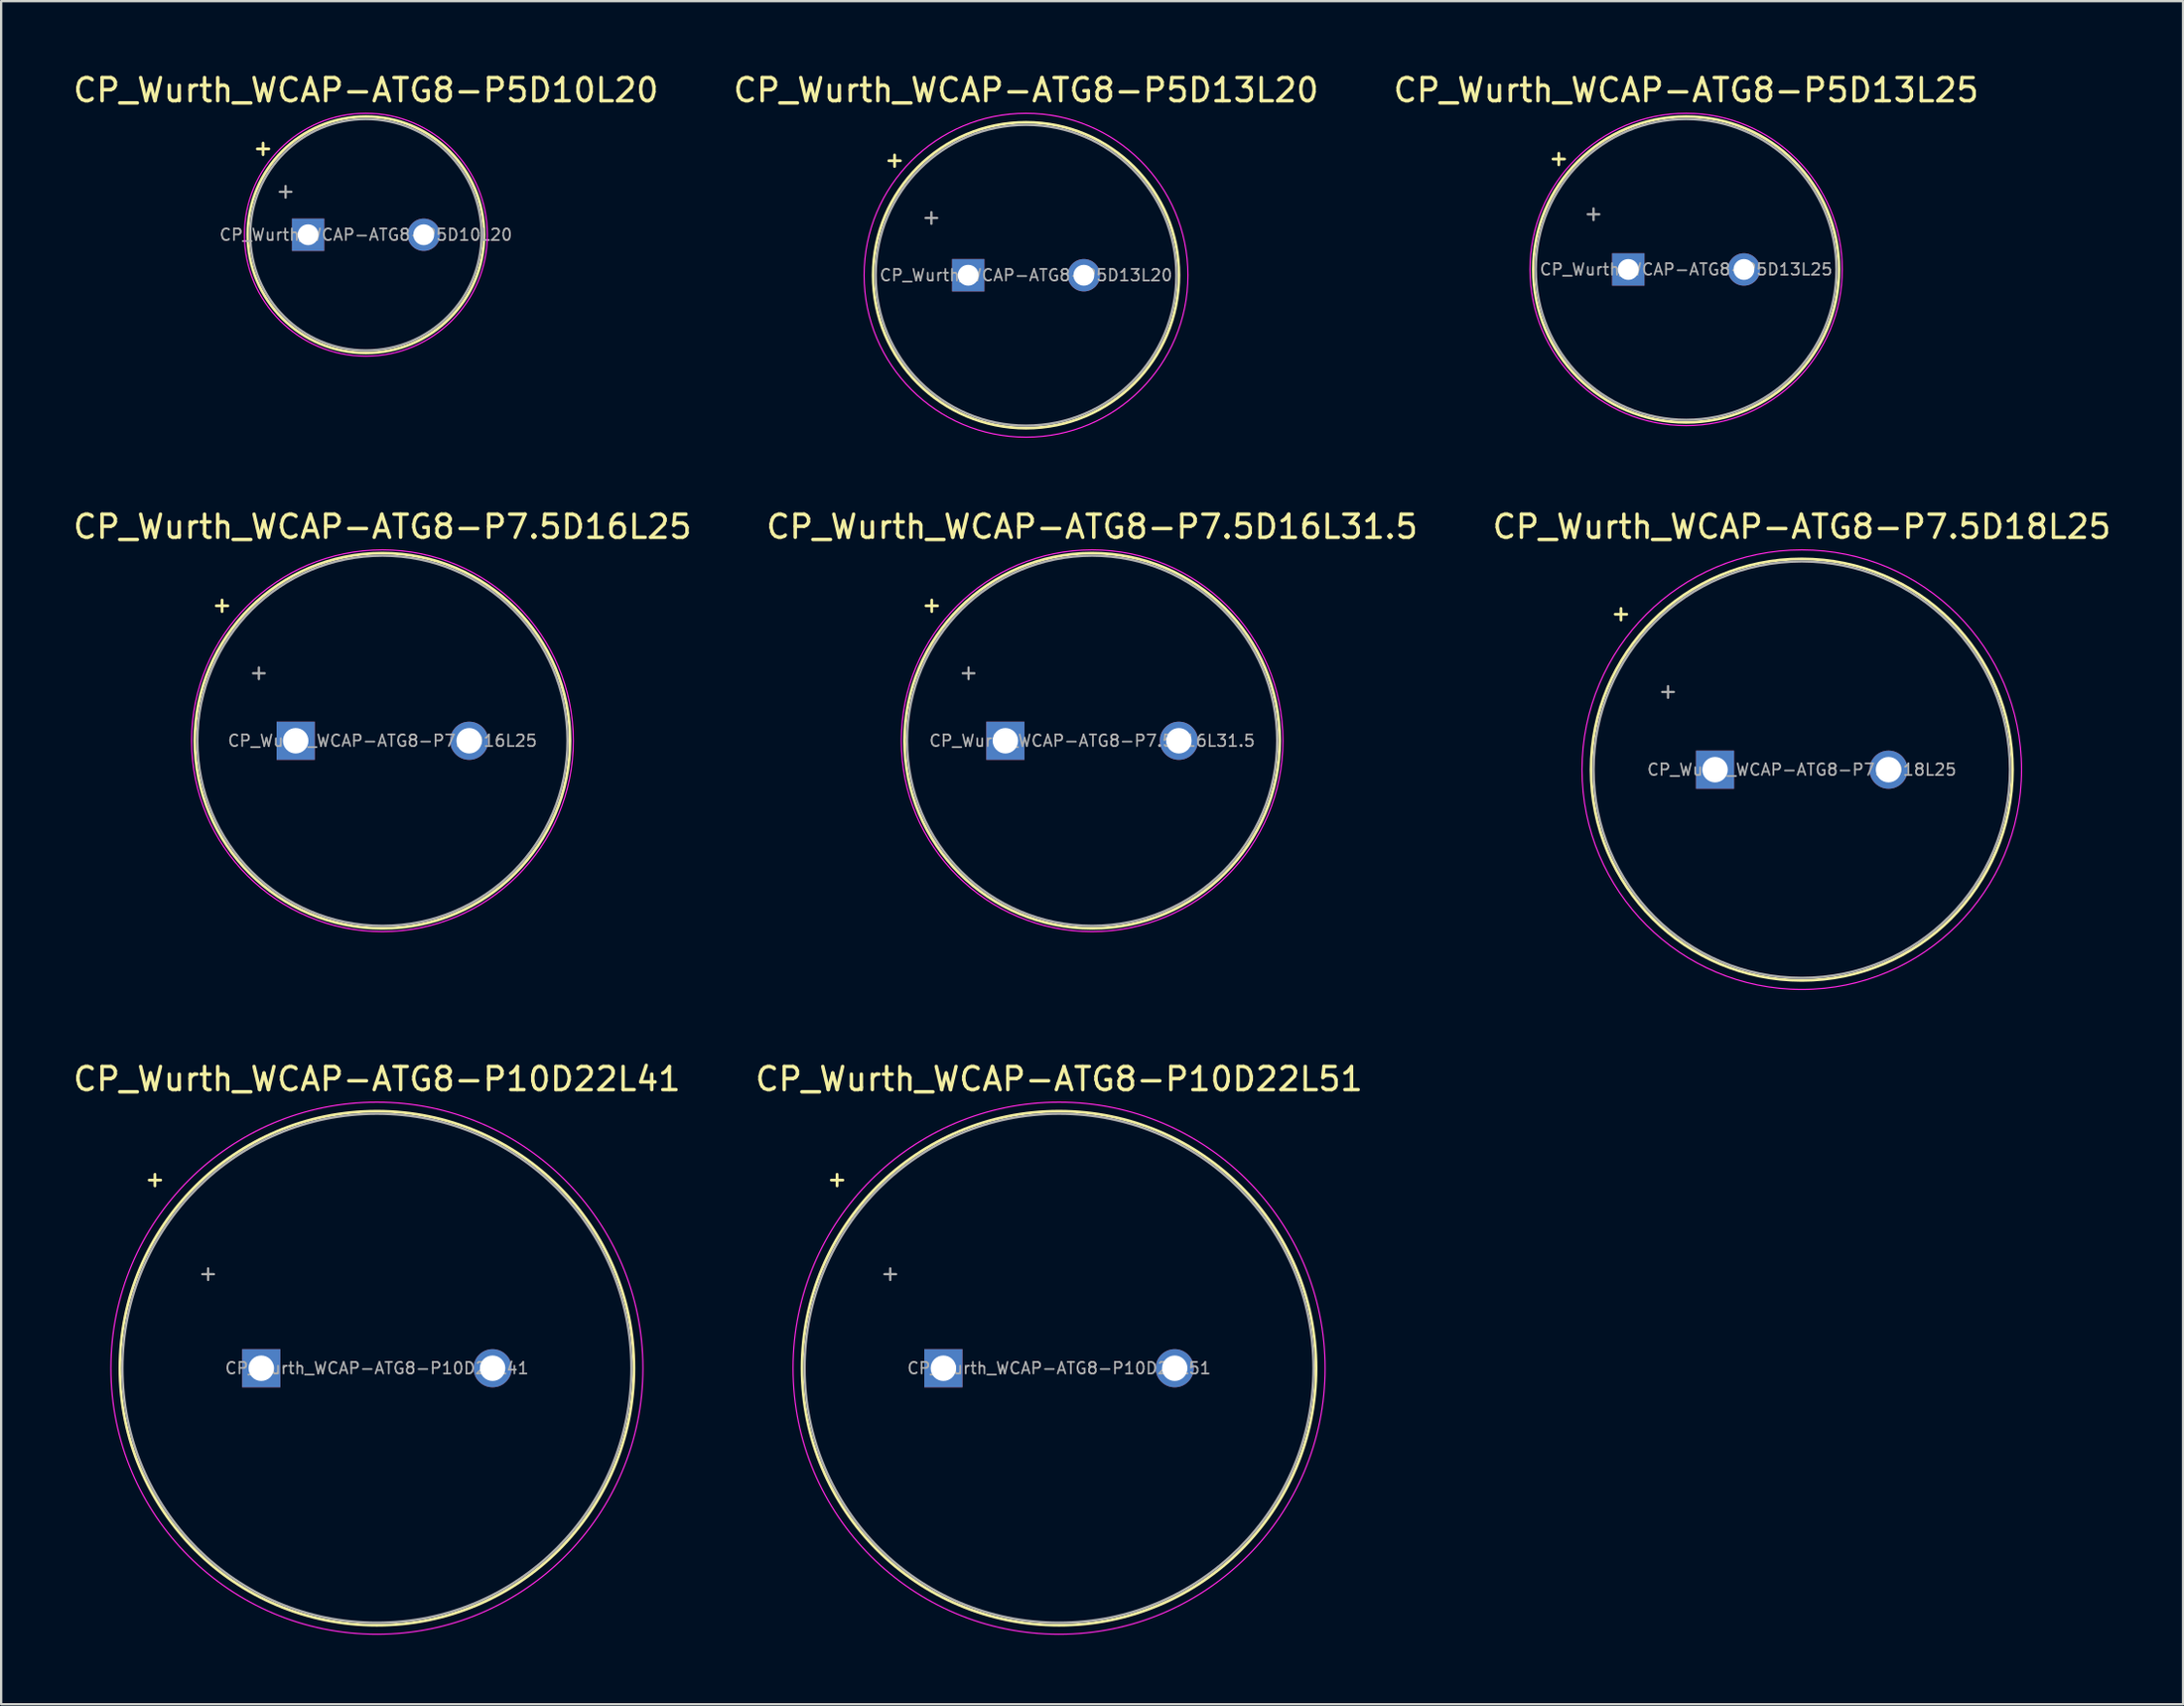
<source format=kicad_pcb>
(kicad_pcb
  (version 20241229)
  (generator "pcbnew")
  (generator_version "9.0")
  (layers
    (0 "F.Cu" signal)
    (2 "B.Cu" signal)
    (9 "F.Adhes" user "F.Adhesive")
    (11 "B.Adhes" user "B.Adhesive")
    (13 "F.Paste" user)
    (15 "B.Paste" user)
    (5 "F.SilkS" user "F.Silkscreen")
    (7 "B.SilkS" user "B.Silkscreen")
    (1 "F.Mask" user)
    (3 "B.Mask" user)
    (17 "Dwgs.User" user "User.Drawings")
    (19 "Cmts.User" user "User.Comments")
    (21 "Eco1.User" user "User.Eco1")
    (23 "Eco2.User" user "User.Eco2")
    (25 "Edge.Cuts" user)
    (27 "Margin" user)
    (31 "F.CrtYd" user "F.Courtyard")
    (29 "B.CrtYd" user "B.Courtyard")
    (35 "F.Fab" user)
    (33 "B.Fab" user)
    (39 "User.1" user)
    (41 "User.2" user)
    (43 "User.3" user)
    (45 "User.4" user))
  (footprint "CP_Wurth_WCAP-ATG8-P7.5D16L25"
    (layer "F.Cu")
    (at 9.732 28.971)
    (property "Reference" "CP_Wurth_WCAP-ATG8-P7.5D16L25" (at 3.75 -9.25 0) (unlocked yes) (layer "F.SilkS") (effects (font (size 1 1) (thickness 0.15))))
    (attr through_hole)
    (fp_line (start -3.432 -5.834) (end -2.932 -5.834) (stroke (width 0.12) (type solid)) (layer "F.SilkS"))
    (fp_line (start -3.182 -5.584) (end -3.182 -6.084) (stroke (width 0.12) (type solid)) (layer "F.SilkS"))
    (fp_circle (center 3.75 0) (end 11.86 0) (stroke (width 0.12) (type solid)) (fill no) (layer "F.SilkS"))
    (fp_circle (center 3.75 0) (end 12 0) (stroke (width 0.05) (type solid)) (fill no) (layer "F.CrtYd"))
    (fp_line (start -1.841 -2.917) (end -1.341 -2.917) (stroke (width 0.1) (type default)) (layer "F.Fab"))
    (fp_line (start -1.591 -2.667) (end -1.591 -3.167) (stroke (width 0.1) (type default)) (layer "F.Fab"))
    (fp_circle (center 3.75 0) (end 11.75 0) (stroke (width 0.1) (type solid)) (fill no) (layer "F.Fab"))
    (fp_text user "${REFERENCE}" (at 3.75 0 0) (unlocked yes) (layer "F.Fab") (effects (font (size 0.5 0.5) (thickness 0.075))))
    (pad "1" thru_hole rect (at 0 0) (size 1.65 1.65) (drill 1.1) (layers "*.Cu" "*.Mask"))
    (pad "2" thru_hole circle (at 7.5 0) (size 1.65 1.65) (drill 1.1) (layers "*.Cu" "*.Mask")))
  (footprint "CP_Wurth_WCAP-ATG8-P10D22L41"
    (layer "F.Cu")
    (at 8.244 56.095)
    (property "Reference" "CP_Wurth_WCAP-ATG8-P10D22L41" (at 5 -12.5 0) (unlocked yes) (layer "F.SilkS") (effects (font (size 1 1) (thickness 0.15))))
    (attr through_hole)
    (fp_line (start -4.846 -8.132) (end -4.346 -8.132) (stroke (width 0.12) (type solid)) (layer "F.SilkS"))
    (fp_line (start -4.596 -7.882) (end -4.596 -8.382) (stroke (width 0.12) (type solid)) (layer "F.SilkS"))
    (fp_circle (center 5 0) (end 16.11 0) (stroke (width 0.12) (type solid)) (fill no) (layer "F.SilkS"))
    (fp_circle (center 5 0) (end 16.5 0) (stroke (width 0.05) (type solid)) (fill no) (layer "F.CrtYd"))
    (fp_line (start -2.548 -4.066) (end -2.048 -4.066) (stroke (width 0.1) (type default)) (layer "F.Fab"))
    (fp_line (start -2.298 -3.816) (end -2.298 -4.316) (stroke (width 0.1) (type default)) (layer "F.Fab"))
    (fp_circle (center 5 0) (end 16 0) (stroke (width 0.1) (type solid)) (fill no) (layer "F.Fab"))
    (fp_text user "${REFERENCE}" (at 5 0 0) (unlocked yes) (layer "F.Fab") (effects (font (size 0.5 0.5) (thickness 0.075))))
    (pad "1" thru_hole rect (at 0 0) (size 1.65 1.65) (drill 1.1) (layers "*.Cu" "*.Mask"))
    (pad "2" thru_hole circle (at 10 0) (size 1.65 1.65) (drill 1.1) (layers "*.Cu" "*.Mask")))
  (footprint "CP_Wurth_WCAP-ATG8-P7.5D16L31.5"
    (layer "F.Cu")
    (at 40.411 28.971)
    (property "Reference" "CP_Wurth_WCAP-ATG8-P7.5D16L31.5" (at 3.75 -9.25 0) (unlocked yes) (layer "F.SilkS") (effects (font (size 1 1) (thickness 0.15))))
    (attr through_hole)
    (fp_line (start -3.432 -5.834) (end -2.932 -5.834) (stroke (width 0.12) (type solid)) (layer "F.SilkS"))
    (fp_line (start -3.182 -5.584) (end -3.182 -6.084) (stroke (width 0.12) (type solid)) (layer "F.SilkS"))
    (fp_circle (center 3.75 0) (end 11.86 0) (stroke (width 0.12) (type solid)) (fill no) (layer "F.SilkS"))
    (fp_circle (center 3.75 0) (end 12 0) (stroke (width 0.05) (type solid)) (fill no) (layer "F.CrtYd"))
    (fp_line (start -1.841 -2.917) (end -1.341 -2.917) (stroke (width 0.1) (type default)) (layer "F.Fab"))
    (fp_line (start -1.591 -2.667) (end -1.591 -3.167) (stroke (width 0.1) (type default)) (layer "F.Fab"))
    (fp_circle (center 3.75 0) (end 11.75 0) (stroke (width 0.1) (type solid)) (fill no) (layer "F.Fab"))
    (fp_text user "${REFERENCE}" (at 3.75 0 0) (unlocked yes) (layer "F.Fab") (effects (font (size 0.5 0.5) (thickness 0.075))))
    (pad "1" thru_hole rect (at 0 0) (size 1.65 1.65) (drill 1.1) (layers "*.Cu" "*.Mask"))
    (pad "2" thru_hole circle (at 7.5 0) (size 1.65 1.65) (drill 1.1) (layers "*.Cu" "*.Mask")))
  (footprint "CP_Wurth_WCAP-ATG8-P10D22L51"
    (layer "F.Cu")
    (at 37.732 56.095)
    (property "Reference" "CP_Wurth_WCAP-ATG8-P10D22L51" (at 5 -12.5 0) (unlocked yes) (layer "F.SilkS") (effects (font (size 1 1) (thickness 0.15))))
    (attr through_hole)
    (fp_line (start -4.846 -8.132) (end -4.346 -8.132) (stroke (width 0.12) (type solid)) (layer "F.SilkS"))
    (fp_line (start -4.596 -7.882) (end -4.596 -8.382) (stroke (width 0.12) (type solid)) (layer "F.SilkS"))
    (fp_circle (center 5 0) (end 16.11 0) (stroke (width 0.12) (type solid)) (fill no) (layer "F.SilkS"))
    (fp_circle (center 5 0) (end 16.5 0) (stroke (width 0.05) (type solid)) (fill no) (layer "F.CrtYd"))
    (fp_line (start -2.548 -4.066) (end -2.048 -4.066) (stroke (width 0.1) (type default)) (layer "F.Fab"))
    (fp_line (start -2.298 -3.816) (end -2.298 -4.316) (stroke (width 0.1) (type default)) (layer "F.Fab"))
    (fp_circle (center 5 0) (end 16 0) (stroke (width 0.1) (type solid)) (fill no) (layer "F.Fab"))
    (fp_text user "${REFERENCE}" (at 5 0 0) (unlocked yes) (layer "F.Fab") (effects (font (size 0.5 0.5) (thickness 0.075))))
    (pad "1" thru_hole rect (at 0 0) (size 1.65 1.65) (drill 1.1) (layers "*.Cu" "*.Mask"))
    (pad "2" thru_hole circle (at 10 0) (size 1.65 1.65) (drill 1.1) (layers "*.Cu" "*.Mask")))
  (footprint "CP_Wurth_WCAP-ATG8-P5D13L20"
    (layer "F.Cu")
    (at 38.804 8.848)
    (property "Reference" "CP_Wurth_WCAP-ATG8-P5D13L20" (at 2.5 -8 0) (unlocked yes) (layer "F.SilkS") (effects (font (size 1 1) (thickness 0.15))))
    (attr through_hole)
    (fp_line (start -3.432 -4.95) (end -2.932 -4.95) (stroke (width 0.12) (type solid)) (layer "F.SilkS"))
    (fp_line (start -3.182 -4.7) (end -3.182 -5.2) (stroke (width 0.12) (type solid)) (layer "F.SilkS"))
    (fp_circle (center 2.5 0) (end 9.11 0) (stroke (width 0.12) (type solid)) (fill no) (layer "F.SilkS"))
    (fp_circle (center 2.5 0) (end 9.5 0) (stroke (width 0.05) (type solid)) (fill no) (layer "F.CrtYd"))
    (fp_line (start -1.841 -2.475) (end -1.341 -2.475) (stroke (width 0.1) (type default)) (layer "F.Fab"))
    (fp_line (start -1.591 -2.225) (end -1.591 -2.725) (stroke (width 0.1) (type default)) (layer "F.Fab"))
    (fp_circle (center 2.5 0) (end 9 0) (stroke (width 0.1) (type solid)) (fill no) (layer "F.Fab"))
    (fp_text user "${REFERENCE}" (at 2.5 0 0) (unlocked yes) (layer "F.Fab") (effects (font (size 0.5 0.5) (thickness 0.075))))
    (pad "1" thru_hole rect (at 0 0) (size 1.4 1.4) (drill 0.9) (layers "*.Cu" "*.Mask"))
    (pad "2" thru_hole circle (at 5 0) (size 1.4 1.4) (drill 0.9) (layers "*.Cu" "*.Mask")))
  (footprint "CP_Wurth_WCAP-ATG8-P5D10L20"
    (layer "F.Cu")
    (at 10.268 7.098)
    (property "Reference" "CP_Wurth_WCAP-ATG8-P5D10L20" (at 2.5 -6.25 0) (unlocked yes) (layer "F.SilkS") (effects (font (size 1 1) (thickness 0.15))))
    (attr through_hole)
    (fp_line (start -2.195 -3.712) (end -1.695 -3.712) (stroke (width 0.12) (type solid)) (layer "F.SilkS"))
    (fp_line (start -1.945 -3.462) (end -1.945 -3.962) (stroke (width 0.12) (type solid)) (layer "F.SilkS"))
    (fp_circle (center 2.5 0) (end 7.61 0) (stroke (width 0.12) (type solid)) (fill no) (layer "F.SilkS"))
    (fp_circle (center 2.5 0) (end 7.75 0) (stroke (width 0.05) (type solid)) (fill no) (layer "F.CrtYd"))
    (fp_line (start -1.222 -1.856) (end -0.722 -1.856) (stroke (width 0.1) (type default)) (layer "F.Fab"))
    (fp_line (start -0.972 -1.606) (end -0.972 -2.106) (stroke (width 0.1) (type default)) (layer "F.Fab"))
    (fp_circle (center 2.5 0) (end 7.5 0) (stroke (width 0.1) (type solid)) (fill no) (layer "F.Fab"))
    (fp_text user "${REFERENCE}" (at 2.5 0 0) (unlocked yes) (layer "F.Fab") (effects (font (size 0.5 0.5) (thickness 0.075))))
    (pad "1" thru_hole rect (at 0 0) (size 1.4 1.4) (drill 0.9) (layers "*.Cu" "*.Mask"))
    (pad "2" thru_hole circle (at 5 0) (size 1.4 1.4) (drill 0.9) (layers "*.Cu" "*.Mask")))
  (footprint "CP_Wurth_WCAP-ATG8-P7.5D18L25"
    (layer "F.Cu")
    (at 71.089 30.221)
    (property "Reference" "CP_Wurth_WCAP-ATG8-P7.5D18L25" (at 3.75 -10.5 0) (unlocked yes) (layer "F.SilkS") (effects (font (size 1 1) (thickness 0.15))))
    (attr through_hole)
    (fp_line (start -4.316 -6.718) (end -3.816 -6.718) (stroke (width 0.12) (type solid)) (layer "F.SilkS"))
    (fp_line (start -4.066 -6.468) (end -4.066 -6.968) (stroke (width 0.12) (type solid)) (layer "F.SilkS"))
    (fp_circle (center 3.75 0) (end 12.86 0) (stroke (width 0.12) (type solid)) (fill no) (layer "F.SilkS"))
    (fp_circle (center 3.75 0) (end 13.25 0) (stroke (width 0.05) (type solid)) (fill no) (layer "F.CrtYd"))
    (fp_line (start -2.283 -3.359) (end -1.783 -3.359) (stroke (width 0.1) (type default)) (layer "F.Fab"))
    (fp_line (start -2.033 -3.109) (end -2.033 -3.609) (stroke (width 0.1) (type default)) (layer "F.Fab"))
    (fp_circle (center 3.75 0) (end 12.75 0) (stroke (width 0.1) (type solid)) (fill no) (layer "F.Fab"))
    (fp_text user "${REFERENCE}" (at 3.75 0 0) (unlocked yes) (layer "F.Fab") (effects (font (size 0.5 0.5) (thickness 0.075))))
    (pad "1" thru_hole rect (at 0 0) (size 1.65 1.65) (drill 1.1) (layers "*.Cu" "*.Mask"))
    (pad "2" thru_hole circle (at 7.5 0) (size 1.65 1.65) (drill 1.1) (layers "*.Cu" "*.Mask")))
  (footprint "CP_Wurth_WCAP-ATG8-P5D13L25"
    (layer "F.Cu")
    (at 67.339 8.598)
    (property "Reference" "CP_Wurth_WCAP-ATG8-P5D13L25" (at 2.5 -7.75 0) (unlocked yes) (layer "F.SilkS") (effects (font (size 1 1) (thickness 0.15))))
    (attr through_hole)
    (fp_line (start -3.255 -4.773) (end -2.755 -4.773) (stroke (width 0.12) (type solid)) (layer "F.SilkS"))
    (fp_line (start -3.005 -4.523) (end -3.005 -5.023) (stroke (width 0.12) (type solid)) (layer "F.SilkS"))
    (fp_circle (center 2.5 0) (end 9.11 0) (stroke (width 0.12) (type solid)) (fill no) (layer "F.SilkS"))
    (fp_circle (center 2.5 0) (end 9.25 0) (stroke (width 0.05) (type solid)) (fill no) (layer "F.CrtYd"))
    (fp_line (start -1.753 -2.386) (end -1.253 -2.386) (stroke (width 0.1) (type default)) (layer "F.Fab"))
    (fp_line (start -1.503 -2.136) (end -1.503 -2.636) (stroke (width 0.1) (type default)) (layer "F.Fab"))
    (fp_circle (center 2.5 0) (end 9 0) (stroke (width 0.1) (type solid)) (fill no) (layer "F.Fab"))
    (fp_text user "${REFERENCE}" (at 2.5 0 0) (unlocked yes) (layer "F.Fab") (effects (font (size 0.5 0.5) (thickness 0.075))))
    (pad "1" thru_hole rect (at 0 0) (size 1.4 1.4) (drill 0.9) (layers "*.Cu" "*.Mask"))
    (pad "2" thru_hole circle (at 5 0) (size 1.4 1.4) (drill 0.9) (layers "*.Cu" "*.Mask")))
  (gr_rect
    (start -3 -3)
    (end 91.321 70.62)
    (stroke (width 0.1) (type default))
    (fill no)
    (layer "Edge.Cuts")))
</source>
